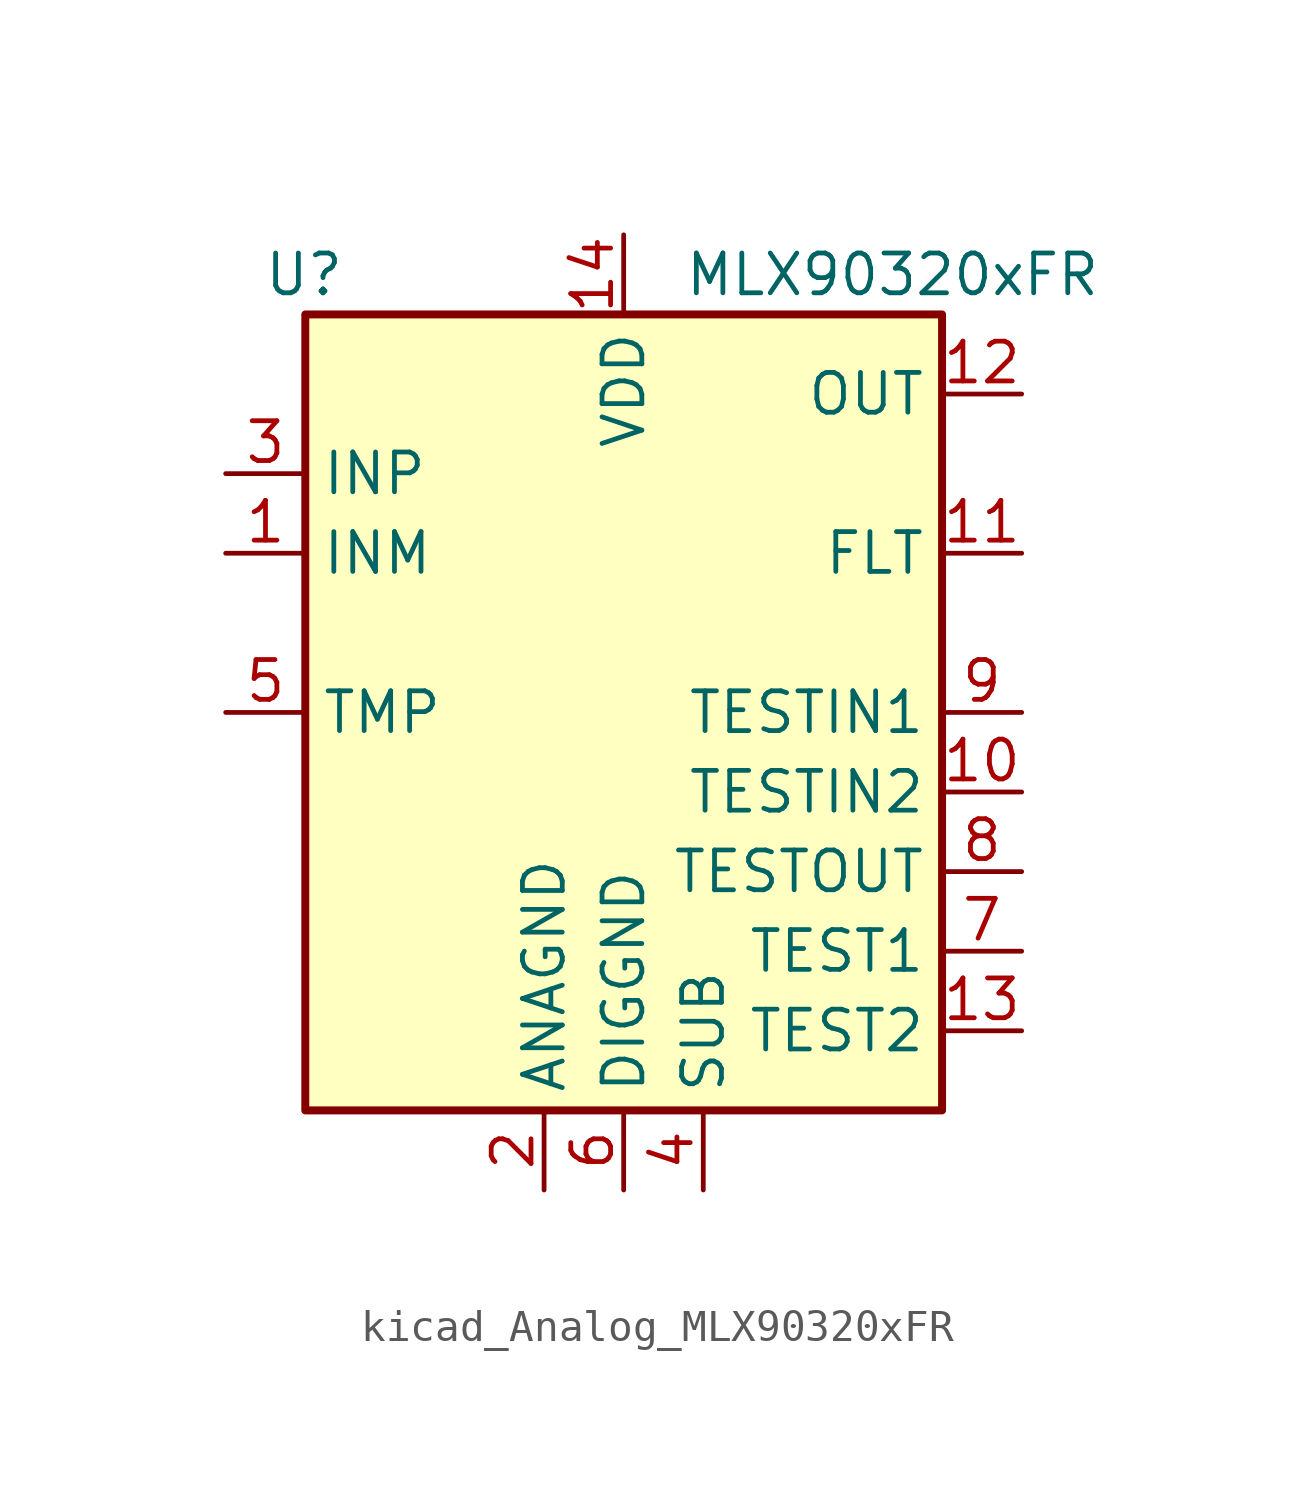
<source format=kicad_sym>
(kicad_symbol_lib
  (version 20220914)
  (generator kicad_symbol_editor)
  (symbol "kicad_Analog_MLX90320xFR"
    (property "Reference" "U"
      (at -8.89 13.97 0)
      (effects (font (size 1.27 1.27)) (justify right)))
    (property "Value" "MLX90320xFR"
      (at 15.24 13.97 0)
      (effects (font (size 1.27 1.27)) (justify right)))
    (symbol "kicad_Analog_MLX90320xFR_0_1"
      (rectangle (start -10.16 12.7) (end 10.16 -12.7) (stroke (width 0.254) (type default)) (fill (type background))))
    (symbol "kicad_Analog_MLX90320xFR_1_1"
      (pin input line (at -12.7 5.08 0) (length 2.54) (name "INM" (effects (font (size 1.27 1.27)))) (number "1" (effects (font (size 1.27 1.27)))))
      (pin passive line (at 12.7 -2.54 180) (length 2.54) (name "TESTIN2" (effects (font (size 1.27 1.27)))) (number "10" (effects (font (size 1.27 1.27)))))
      (pin output line (at 12.7 5.08 180) (length 2.54) (name "FLT" (effects (font (size 1.27 1.27)))) (number "11" (effects (font (size 1.27 1.27)))))
      (pin bidirectional line (at 12.7 10.16 180) (length 2.54) (name "OUT" (effects (font (size 1.27 1.27)))) (number "12" (effects (font (size 1.27 1.27)))))
      (pin passive line (at 12.7 -10.16 180) (length 2.54) (name "TEST2" (effects (font (size 1.27 1.27)))) (number "13" (effects (font (size 1.27 1.27)))))
      (pin power_in line (at 0 15.24 270) (length 2.54) (name "VDD" (effects (font (size 1.27 1.27)))) (number "14" (effects (font (size 1.27 1.27)))))
      (pin power_in line (at -2.54 -15.24 90) (length 2.54) (name "ANAGND" (effects (font (size 1.27 1.27)))) (number "2" (effects (font (size 1.27 1.27)))))
      (pin input line (at -12.7 7.62 0) (length 2.54) (name "INP" (effects (font (size 1.27 1.27)))) (number "3" (effects (font (size 1.27 1.27)))))
      (pin power_in line (at 2.54 -15.24 90) (length 2.54) (name "SUB" (effects (font (size 1.27 1.27)))) (number "4" (effects (font (size 1.27 1.27)))))
      (pin passive line (at -12.7 0 0) (length 2.54) (name "TMP" (effects (font (size 1.27 1.27)))) (number "5" (effects (font (size 1.27 1.27)))))
      (pin power_in line (at 0 -15.24 90) (length 2.54) (name "DIGGND" (effects (font (size 1.27 1.27)))) (number "6" (effects (font (size 1.27 1.27)))))
      (pin passive line (at 12.7 -7.62 180) (length 2.54) (name "TEST1" (effects (font (size 1.27 1.27)))) (number "7" (effects (font (size 1.27 1.27)))))
      (pin passive line (at 12.7 -5.08 180) (length 2.54) (name "TESTOUT" (effects (font (size 1.27 1.27)))) (number "8" (effects (font (size 1.27 1.27)))))
      (pin passive line (at 12.7 0 180) (length 2.54) (name "TESTIN1" (effects (font (size 1.27 1.27)))) (number "9" (effects (font (size 1.27 1.27))))))))
</source>
